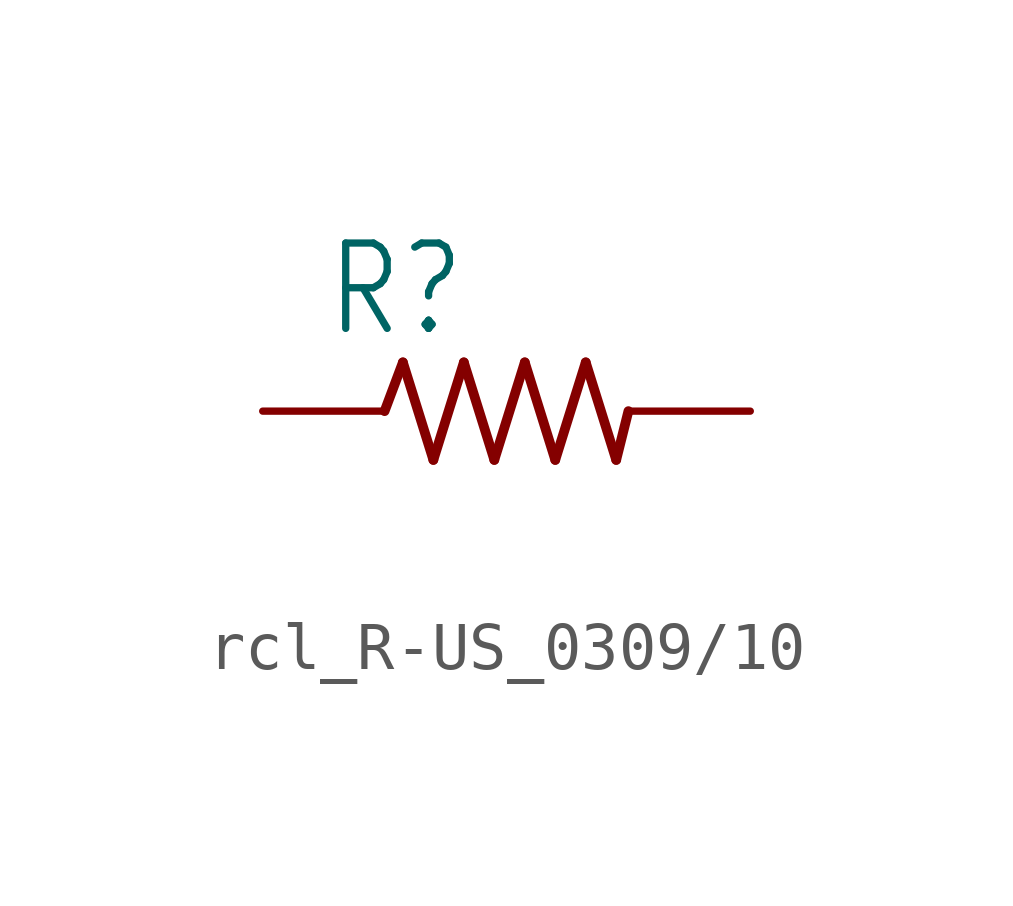
<source format=kicad_sym>
(kicad_symbol_lib
  (version 20231120)
  (generator "kicad_symbol_editor")
  (generator_version "8.0")
  (symbol "rcl_R-US_0309/10"
    (property "Reference" "R"
      (at -3.81 1.499 0)
      (effects (font (size 1.778 1.511)) (justify left bottom)))
    (property "Value" ""
      (at -3.81 -3.302 0)
      (effects (font (size 1.778 1.511)) (justify left bottom)))
    (property "ki_locked" ""
      (at 0 0 0)
      (effects (font (size 1.27 1.27))))
    (symbol "rcl_R-US_0309/10_1_0"
      (polyline (pts (xy -2.54 0) (xy -2.159 1.016)) (stroke (width 0.203) (type solid)) (fill (type none)))
      (polyline (pts (xy -2.159 1.016) (xy -1.524 -1.016)) (stroke (width 0.203) (type solid)) (fill (type none)))
      (polyline (pts (xy -1.524 -1.016) (xy -0.889 1.016)) (stroke (width 0.203) (type solid)) (fill (type none)))
      (polyline (pts (xy -0.889 1.016) (xy -0.254 -1.016)) (stroke (width 0.203) (type solid)) (fill (type none)))
      (polyline (pts (xy -0.254 -1.016) (xy 0.381 1.016)) (stroke (width 0.203) (type solid)) (fill (type none)))
      (polyline (pts (xy 0.381 1.016) (xy 1.016 -1.016)) (stroke (width 0.203) (type solid)) (fill (type none)))
      (polyline (pts (xy 1.016 -1.016) (xy 1.651 1.016)) (stroke (width 0.203) (type solid)) (fill (type none)))
      (polyline (pts (xy 1.651 1.016) (xy 2.286 -1.016)) (stroke (width 0.203) (type solid)) (fill (type none)))
      (polyline (pts (xy 2.286 -1.016) (xy 2.54 0)) (stroke (width 0.203) (type solid)) (fill (type none)))
      (pin passive line (at -5.08 0 0) (length 2.54) (name "1" (effects (font (size 0 0)))) (number "1" (effects (font (size 0 0)))))
      (pin passive line (at 5.08 0 180) (length 2.54) (name "2" (effects (font (size 0 0)))) (number "2" (effects (font (size 0 0))))))))
</source>
